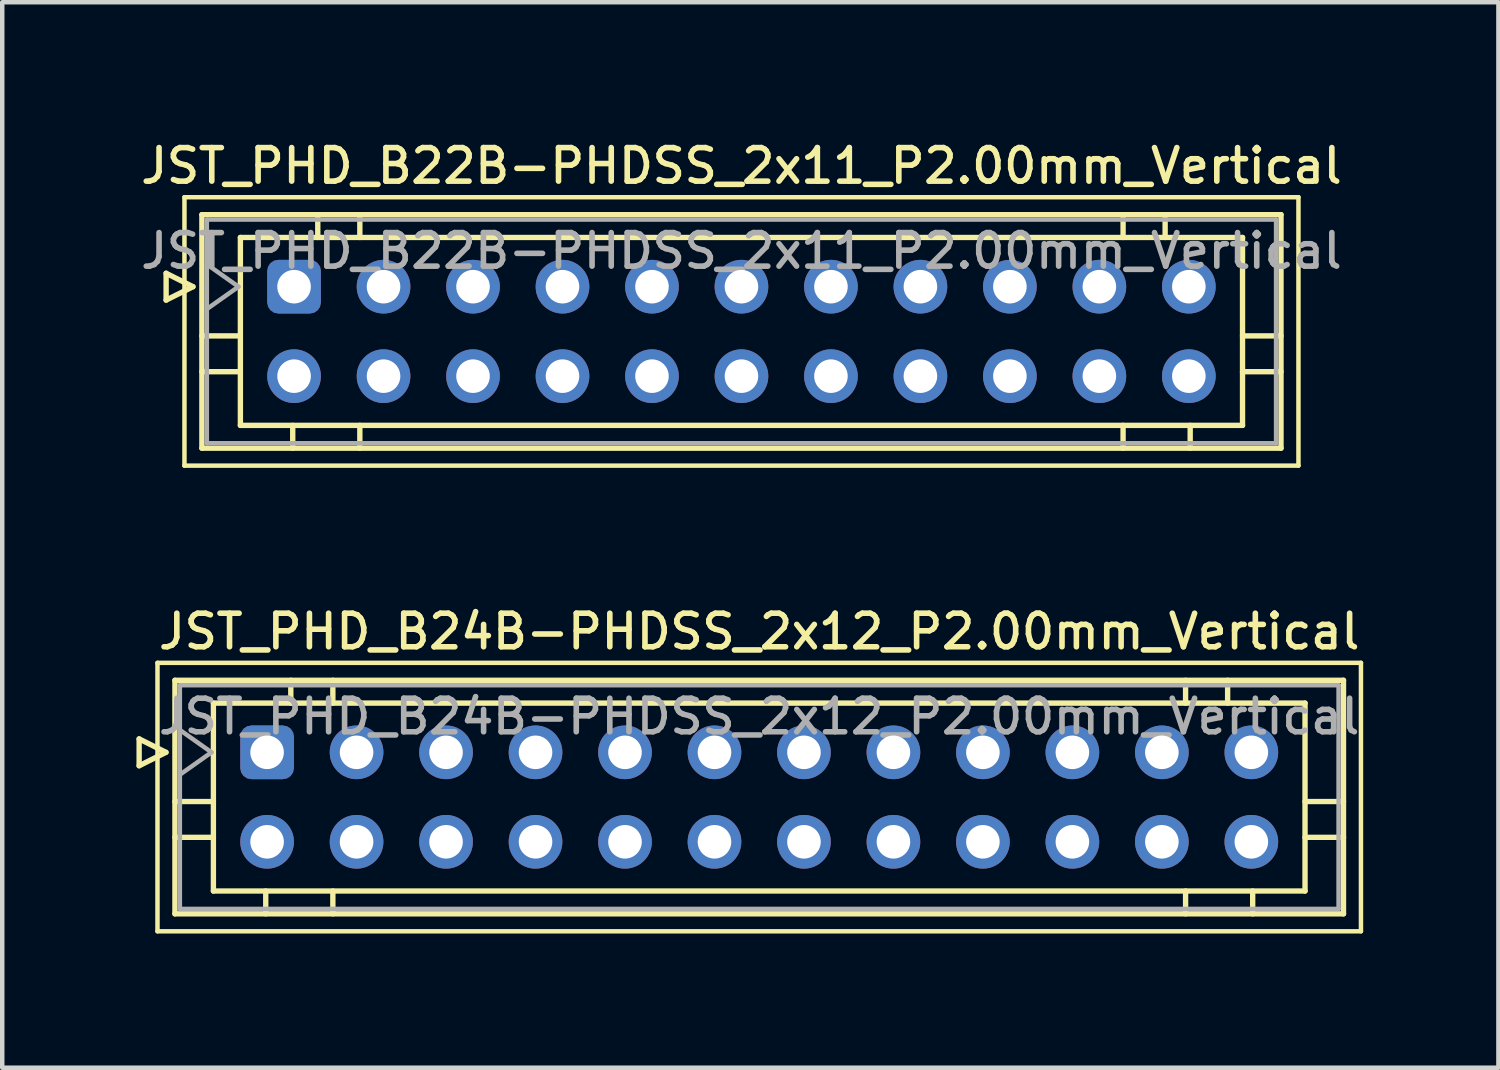
<source format=kicad_pcb>
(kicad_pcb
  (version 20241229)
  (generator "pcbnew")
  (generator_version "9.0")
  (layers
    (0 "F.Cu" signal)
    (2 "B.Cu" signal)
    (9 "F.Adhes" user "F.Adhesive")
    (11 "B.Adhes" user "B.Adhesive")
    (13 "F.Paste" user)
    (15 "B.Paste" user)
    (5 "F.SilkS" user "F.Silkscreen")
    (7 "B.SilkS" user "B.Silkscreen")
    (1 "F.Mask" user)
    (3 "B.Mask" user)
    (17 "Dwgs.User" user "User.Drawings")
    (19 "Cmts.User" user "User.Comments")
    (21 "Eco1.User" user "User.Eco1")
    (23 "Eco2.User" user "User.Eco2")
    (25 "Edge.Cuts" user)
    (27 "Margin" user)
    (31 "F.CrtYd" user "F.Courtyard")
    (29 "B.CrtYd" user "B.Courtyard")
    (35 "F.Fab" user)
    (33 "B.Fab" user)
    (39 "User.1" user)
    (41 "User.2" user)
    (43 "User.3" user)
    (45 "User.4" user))
  (footprint "JST_PHD_B22B-PHDSS_2x11_P2.00mm_Vertical"
    (layer "F.Cu")
    (at 3.523 3.358)
    (property "Reference" "JST_PHD_B22B-PHDSS_2x11_P2.00mm_Vertical" (at 10 -2.7 0) (layer "F.SilkS") (effects (font (size 0.75 0.75) (thickness 0.125))))
    (attr through_hole)
    (fp_line (start -2.86 -0.3) (end -2.26 0) (stroke (width 0.12) (type solid)) (layer "F.SilkS"))
    (fp_line (start -2.86 0.3) (end -2.86 -0.3) (stroke (width 0.12) (type solid)) (layer "F.SilkS"))
    (fp_line (start -2.45 -2) (end -2.45 4) (stroke (width 0.1) (type solid)) (layer "F.SilkS"))
    (fp_line (start -2.45 4) (end 22.45 4) (stroke (width 0.1) (type solid)) (layer "F.SilkS"))
    (fp_line (start -2.26 0) (end -2.86 0.3) (stroke (width 0.12) (type solid)) (layer "F.SilkS"))
    (fp_line (start -2.06 -1.61) (end -2.06 3.61) (stroke (width 0.12) (type solid)) (layer "F.SilkS"))
    (fp_line (start -2.06 1.1) (end -1.2 1.1) (stroke (width 0.12) (type solid)) (layer "F.SilkS"))
    (fp_line (start -2.06 1.9) (end -1.2 1.9) (stroke (width 0.12) (type solid)) (layer "F.SilkS"))
    (fp_line (start -2.06 3.61) (end 22.06 3.61) (stroke (width 0.12) (type solid)) (layer "F.SilkS"))
    (fp_line (start -1.2 -1.1) (end -1.2 3.1) (stroke (width 0.12) (type solid)) (layer "F.SilkS"))
    (fp_line (start -1.2 3.1) (end 21.2 3.1) (stroke (width 0.12) (type solid)) (layer "F.SilkS"))
    (fp_line (start -0.03 3.61) (end -0.03 3.1) (stroke (width 0.12) (type solid)) (layer "F.SilkS"))
    (fp_line (start 0.53 -1.61) (end 0.53 -1.1) (stroke (width 0.12) (type solid)) (layer "F.SilkS"))
    (fp_line (start 1.47 -1.61) (end 1.47 -1.1) (stroke (width 0.12) (type solid)) (layer "F.SilkS"))
    (fp_line (start 1.47 3.61) (end 1.47 3.1) (stroke (width 0.12) (type solid)) (layer "F.SilkS"))
    (fp_line (start 18.53 -1.61) (end 18.53 -1.1) (stroke (width 0.12) (type solid)) (layer "F.SilkS"))
    (fp_line (start 18.53 3.61) (end 18.53 3.1) (stroke (width 0.12) (type solid)) (layer "F.SilkS"))
    (fp_line (start 19.47 -1.61) (end 19.47 -1.1) (stroke (width 0.12) (type solid)) (layer "F.SilkS"))
    (fp_line (start 20.03 3.61) (end 20.03 3.1) (stroke (width 0.12) (type solid)) (layer "F.SilkS"))
    (fp_line (start 21.2 -1.1) (end -1.2 -1.1) (stroke (width 0.12) (type solid)) (layer "F.SilkS"))
    (fp_line (start 21.2 3.1) (end 21.2 -1.1) (stroke (width 0.12) (type solid)) (layer "F.SilkS"))
    (fp_line (start 22.06 -1.61) (end -2.06 -1.61) (stroke (width 0.12) (type solid)) (layer "F.SilkS"))
    (fp_line (start 22.06 1.1) (end 21.2 1.1) (stroke (width 0.12) (type solid)) (layer "F.SilkS"))
    (fp_line (start 22.06 1.9) (end 21.2 1.9) (stroke (width 0.12) (type solid)) (layer "F.SilkS"))
    (fp_line (start 22.06 3.61) (end 22.06 -1.61) (stroke (width 0.12) (type solid)) (layer "F.SilkS"))
    (fp_line (start 22.45 -2) (end -2.45 -2) (stroke (width 0.1) (type solid)) (layer "F.SilkS"))
    (fp_line (start 22.45 4) (end 22.45 -2) (stroke (width 0.1) (type solid)) (layer "F.SilkS"))
    (fp_line (start -1.95 -1.5) (end -1.95 3.5) (stroke (width 0.1) (type solid)) (layer "F.Fab"))
    (fp_line (start -1.95 0.5) (end -1.243 0) (stroke (width 0.1) (type solid)) (layer "F.Fab"))
    (fp_line (start -1.95 3.5) (end 21.95 3.5) (stroke (width 0.1) (type solid)) (layer "F.Fab"))
    (fp_line (start -1.243 0) (end -1.95 -0.5) (stroke (width 0.1) (type solid)) (layer "F.Fab"))
    (fp_line (start 21.95 -1.5) (end -1.95 -1.5) (stroke (width 0.1) (type solid)) (layer "F.Fab"))
    (fp_line (start 21.95 3.5) (end 21.95 -1.5) (stroke (width 0.1) (type solid)) (layer "F.Fab"))
    (fp_text user "${REFERENCE}" (at 10 -0.8 0) (layer "F.Fab") (effects (font (size 0.75 0.75) (thickness 0.125))))
    (pad "1" thru_hole roundrect (at 0 0) (size 1.2 1.2) (drill 0.75) (layers "*.Cu" "*.Mask") (roundrect_rratio 0.208))
    (pad "2" thru_hole circle (at 0 2) (size 1.2 1.2) (drill 0.75) (layers "*.Cu" "*.Mask"))
    (pad "3" thru_hole circle (at 2 0) (size 1.2 1.2) (drill 0.75) (layers "*.Cu" "*.Mask"))
    (pad "4" thru_hole circle (at 2 2) (size 1.2 1.2) (drill 0.75) (layers "*.Cu" "*.Mask"))
    (pad "5" thru_hole circle (at 4 0) (size 1.2 1.2) (drill 0.75) (layers "*.Cu" "*.Mask"))
    (pad "6" thru_hole circle (at 4 2) (size 1.2 1.2) (drill 0.75) (layers "*.Cu" "*.Mask"))
    (pad "7" thru_hole circle (at 6 0) (size 1.2 1.2) (drill 0.75) (layers "*.Cu" "*.Mask"))
    (pad "8" thru_hole circle (at 6 2) (size 1.2 1.2) (drill 0.75) (layers "*.Cu" "*.Mask"))
    (pad "9" thru_hole circle (at 8 0) (size 1.2 1.2) (drill 0.75) (layers "*.Cu" "*.Mask"))
    (pad "10" thru_hole circle (at 8 2) (size 1.2 1.2) (drill 0.75) (layers "*.Cu" "*.Mask"))
    (pad "11" thru_hole circle (at 10 0) (size 1.2 1.2) (drill 0.75) (layers "*.Cu" "*.Mask"))
    (pad "12" thru_hole circle (at 10 2) (size 1.2 1.2) (drill 0.75) (layers "*.Cu" "*.Mask"))
    (pad "13" thru_hole circle (at 12 0) (size 1.2 1.2) (drill 0.75) (layers "*.Cu" "*.Mask"))
    (pad "14" thru_hole circle (at 12 2) (size 1.2 1.2) (drill 0.75) (layers "*.Cu" "*.Mask"))
    (pad "15" thru_hole circle (at 14 0) (size 1.2 1.2) (drill 0.75) (layers "*.Cu" "*.Mask"))
    (pad "16" thru_hole circle (at 14 2) (size 1.2 1.2) (drill 0.75) (layers "*.Cu" "*.Mask"))
    (pad "17" thru_hole circle (at 16 0) (size 1.2 1.2) (drill 0.75) (layers "*.Cu" "*.Mask"))
    (pad "18" thru_hole circle (at 16 2) (size 1.2 1.2) (drill 0.75) (layers "*.Cu" "*.Mask"))
    (pad "19" thru_hole circle (at 18 0) (size 1.2 1.2) (drill 0.75) (layers "*.Cu" "*.Mask"))
    (pad "20" thru_hole circle (at 18 2) (size 1.2 1.2) (drill 0.75) (layers "*.Cu" "*.Mask"))
    (pad "21" thru_hole circle (at 20 0) (size 1.2 1.2) (drill 0.75) (layers "*.Cu" "*.Mask"))
    (pad "22" thru_hole circle (at 20 2) (size 1.2 1.2) (drill 0.75) (layers "*.Cu" "*.Mask")))
  (footprint "JST_PHD_B24B-PHDSS_2x12_P2.00mm_Vertical"
    (layer "F.Cu")
    (at 2.92 13.766)
    (property "Reference" "JST_PHD_B24B-PHDSS_2x12_P2.00mm_Vertical" (at 11 -2.7 0) (layer "F.SilkS") (effects (font (size 0.75 0.75) (thickness 0.125))))
    (attr through_hole)
    (fp_line (start -2.86 -0.3) (end -2.26 0) (stroke (width 0.12) (type solid)) (layer "F.SilkS"))
    (fp_line (start -2.86 0.3) (end -2.86 -0.3) (stroke (width 0.12) (type solid)) (layer "F.SilkS"))
    (fp_line (start -2.45 -2) (end -2.45 4) (stroke (width 0.1) (type solid)) (layer "F.SilkS"))
    (fp_line (start -2.45 4) (end 24.45 4) (stroke (width 0.1) (type solid)) (layer "F.SilkS"))
    (fp_line (start -2.26 0) (end -2.86 0.3) (stroke (width 0.12) (type solid)) (layer "F.SilkS"))
    (fp_line (start -2.06 -1.61) (end -2.06 3.61) (stroke (width 0.12) (type solid)) (layer "F.SilkS"))
    (fp_line (start -2.06 1.1) (end -1.2 1.1) (stroke (width 0.12) (type solid)) (layer "F.SilkS"))
    (fp_line (start -2.06 1.9) (end -1.2 1.9) (stroke (width 0.12) (type solid)) (layer "F.SilkS"))
    (fp_line (start -2.06 3.61) (end 24.06 3.61) (stroke (width 0.12) (type solid)) (layer "F.SilkS"))
    (fp_line (start -1.2 -1.1) (end -1.2 3.1) (stroke (width 0.12) (type solid)) (layer "F.SilkS"))
    (fp_line (start -1.2 3.1) (end 23.2 3.1) (stroke (width 0.12) (type solid)) (layer "F.SilkS"))
    (fp_line (start -0.03 3.61) (end -0.03 3.1) (stroke (width 0.12) (type solid)) (layer "F.SilkS"))
    (fp_line (start 0.53 -1.61) (end 0.53 -1.1) (stroke (width 0.12) (type solid)) (layer "F.SilkS"))
    (fp_line (start 1.47 -1.61) (end 1.47 -1.1) (stroke (width 0.12) (type solid)) (layer "F.SilkS"))
    (fp_line (start 1.47 3.61) (end 1.47 3.1) (stroke (width 0.12) (type solid)) (layer "F.SilkS"))
    (fp_line (start 20.53 -1.61) (end 20.53 -1.1) (stroke (width 0.12) (type solid)) (layer "F.SilkS"))
    (fp_line (start 20.53 3.61) (end 20.53 3.1) (stroke (width 0.12) (type solid)) (layer "F.SilkS"))
    (fp_line (start 21.47 -1.61) (end 21.47 -1.1) (stroke (width 0.12) (type solid)) (layer "F.SilkS"))
    (fp_line (start 22.03 3.61) (end 22.03 3.1) (stroke (width 0.12) (type solid)) (layer "F.SilkS"))
    (fp_line (start 23.2 -1.1) (end -1.2 -1.1) (stroke (width 0.12) (type solid)) (layer "F.SilkS"))
    (fp_line (start 23.2 3.1) (end 23.2 -1.1) (stroke (width 0.12) (type solid)) (layer "F.SilkS"))
    (fp_line (start 24.06 -1.61) (end -2.06 -1.61) (stroke (width 0.12) (type solid)) (layer "F.SilkS"))
    (fp_line (start 24.06 1.1) (end 23.2 1.1) (stroke (width 0.12) (type solid)) (layer "F.SilkS"))
    (fp_line (start 24.06 1.9) (end 23.2 1.9) (stroke (width 0.12) (type solid)) (layer "F.SilkS"))
    (fp_line (start 24.06 3.61) (end 24.06 -1.61) (stroke (width 0.12) (type solid)) (layer "F.SilkS"))
    (fp_line (start 24.45 -2) (end -2.45 -2) (stroke (width 0.1) (type solid)) (layer "F.SilkS"))
    (fp_line (start 24.45 4) (end 24.45 -2) (stroke (width 0.1) (type solid)) (layer "F.SilkS"))
    (fp_line (start -1.95 -1.5) (end -1.95 3.5) (stroke (width 0.1) (type solid)) (layer "F.Fab"))
    (fp_line (start -1.95 0.5) (end -1.243 0) (stroke (width 0.1) (type solid)) (layer "F.Fab"))
    (fp_line (start -1.95 3.5) (end 23.95 3.5) (stroke (width 0.1) (type solid)) (layer "F.Fab"))
    (fp_line (start -1.243 0) (end -1.95 -0.5) (stroke (width 0.1) (type solid)) (layer "F.Fab"))
    (fp_line (start 23.95 -1.5) (end -1.95 -1.5) (stroke (width 0.1) (type solid)) (layer "F.Fab"))
    (fp_line (start 23.95 3.5) (end 23.95 -1.5) (stroke (width 0.1) (type solid)) (layer "F.Fab"))
    (fp_text user "${REFERENCE}" (at 11 -0.8 0) (layer "F.Fab") (effects (font (size 0.75 0.75) (thickness 0.125))))
    (pad "1" thru_hole roundrect (at 0 0) (size 1.2 1.2) (drill 0.75) (layers "*.Cu" "*.Mask") (roundrect_rratio 0.208))
    (pad "2" thru_hole circle (at 0 2) (size 1.2 1.2) (drill 0.75) (layers "*.Cu" "*.Mask"))
    (pad "3" thru_hole circle (at 2 0) (size 1.2 1.2) (drill 0.75) (layers "*.Cu" "*.Mask"))
    (pad "4" thru_hole circle (at 2 2) (size 1.2 1.2) (drill 0.75) (layers "*.Cu" "*.Mask"))
    (pad "5" thru_hole circle (at 4 0) (size 1.2 1.2) (drill 0.75) (layers "*.Cu" "*.Mask"))
    (pad "6" thru_hole circle (at 4 2) (size 1.2 1.2) (drill 0.75) (layers "*.Cu" "*.Mask"))
    (pad "7" thru_hole circle (at 6 0) (size 1.2 1.2) (drill 0.75) (layers "*.Cu" "*.Mask"))
    (pad "8" thru_hole circle (at 6 2) (size 1.2 1.2) (drill 0.75) (layers "*.Cu" "*.Mask"))
    (pad "9" thru_hole circle (at 8 0) (size 1.2 1.2) (drill 0.75) (layers "*.Cu" "*.Mask"))
    (pad "10" thru_hole circle (at 8 2) (size 1.2 1.2) (drill 0.75) (layers "*.Cu" "*.Mask"))
    (pad "11" thru_hole circle (at 10 0) (size 1.2 1.2) (drill 0.75) (layers "*.Cu" "*.Mask"))
    (pad "12" thru_hole circle (at 10 2) (size 1.2 1.2) (drill 0.75) (layers "*.Cu" "*.Mask"))
    (pad "13" thru_hole circle (at 12 0) (size 1.2 1.2) (drill 0.75) (layers "*.Cu" "*.Mask"))
    (pad "14" thru_hole circle (at 12 2) (size 1.2 1.2) (drill 0.75) (layers "*.Cu" "*.Mask"))
    (pad "15" thru_hole circle (at 14 0) (size 1.2 1.2) (drill 0.75) (layers "*.Cu" "*.Mask"))
    (pad "16" thru_hole circle (at 14 2) (size 1.2 1.2) (drill 0.75) (layers "*.Cu" "*.Mask"))
    (pad "17" thru_hole circle (at 16 0) (size 1.2 1.2) (drill 0.75) (layers "*.Cu" "*.Mask"))
    (pad "18" thru_hole circle (at 16 2) (size 1.2 1.2) (drill 0.75) (layers "*.Cu" "*.Mask"))
    (pad "19" thru_hole circle (at 18 0) (size 1.2 1.2) (drill 0.75) (layers "*.Cu" "*.Mask"))
    (pad "20" thru_hole circle (at 18 2) (size 1.2 1.2) (drill 0.75) (layers "*.Cu" "*.Mask"))
    (pad "21" thru_hole circle (at 20 0) (size 1.2 1.2) (drill 0.75) (layers "*.Cu" "*.Mask"))
    (pad "22" thru_hole circle (at 20 2) (size 1.2 1.2) (drill 0.75) (layers "*.Cu" "*.Mask"))
    (pad "23" thru_hole circle (at 22 0) (size 1.2 1.2) (drill 0.75) (layers "*.Cu" "*.Mask"))
    (pad "24" thru_hole circle (at 22 2) (size 1.2 1.2) (drill 0.75) (layers "*.Cu" "*.Mask")))
  (gr_rect
    (start -3 -3)
    (end 30.443 20.816)
    (stroke (width 0.1) (type default))
    (fill no)
    (layer "Edge.Cuts")))
</source>
